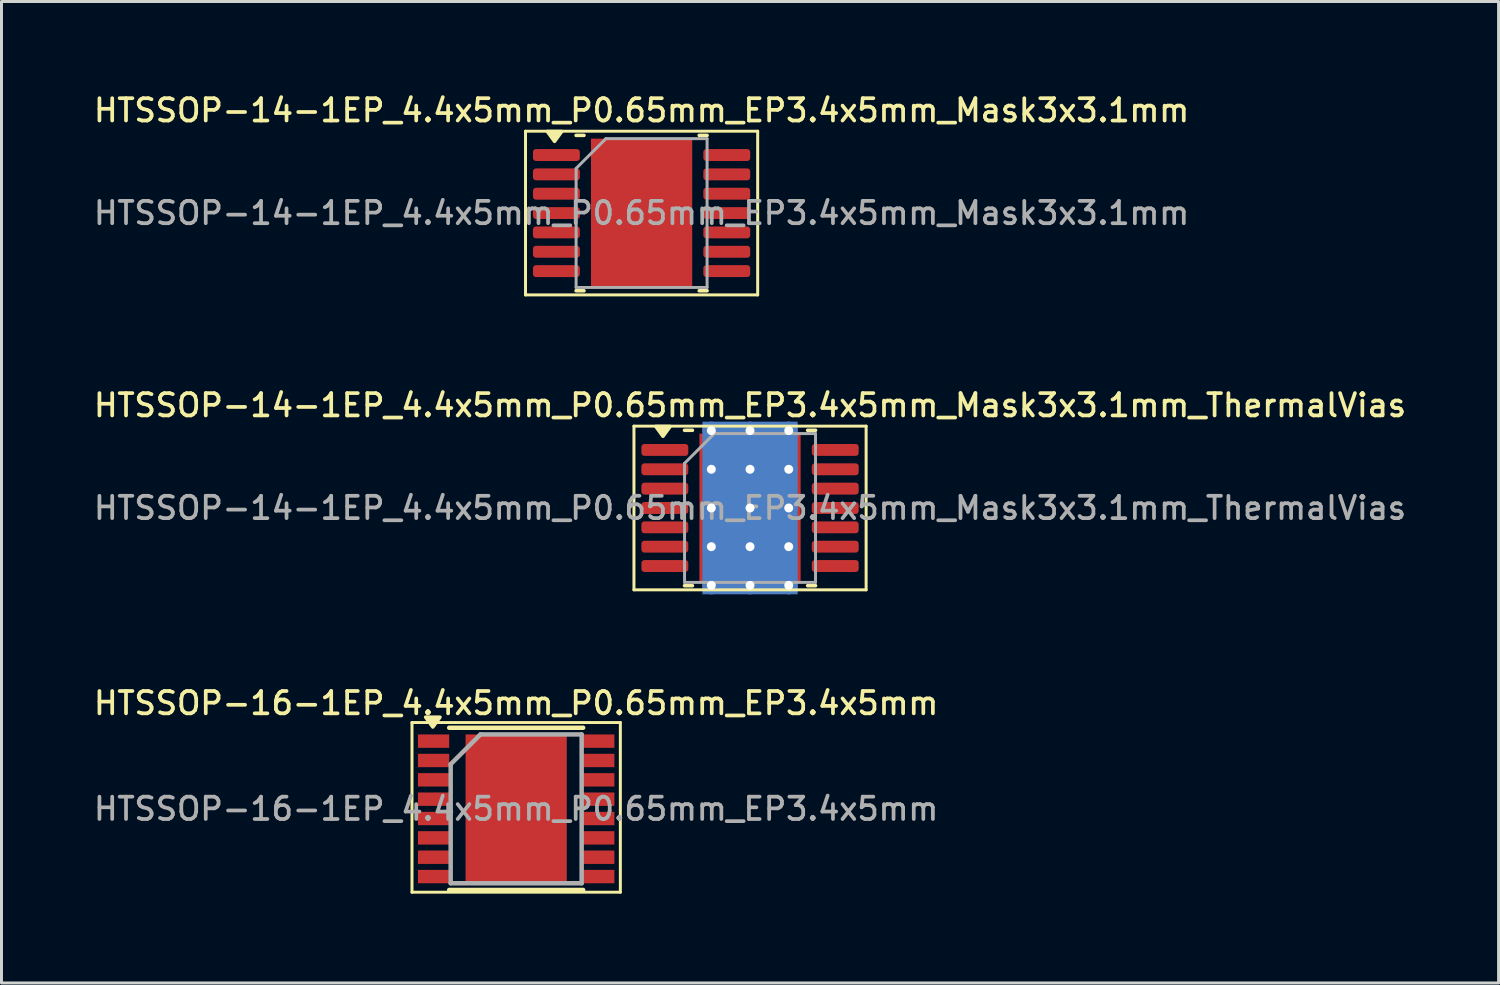
<source format=kicad_pcb>
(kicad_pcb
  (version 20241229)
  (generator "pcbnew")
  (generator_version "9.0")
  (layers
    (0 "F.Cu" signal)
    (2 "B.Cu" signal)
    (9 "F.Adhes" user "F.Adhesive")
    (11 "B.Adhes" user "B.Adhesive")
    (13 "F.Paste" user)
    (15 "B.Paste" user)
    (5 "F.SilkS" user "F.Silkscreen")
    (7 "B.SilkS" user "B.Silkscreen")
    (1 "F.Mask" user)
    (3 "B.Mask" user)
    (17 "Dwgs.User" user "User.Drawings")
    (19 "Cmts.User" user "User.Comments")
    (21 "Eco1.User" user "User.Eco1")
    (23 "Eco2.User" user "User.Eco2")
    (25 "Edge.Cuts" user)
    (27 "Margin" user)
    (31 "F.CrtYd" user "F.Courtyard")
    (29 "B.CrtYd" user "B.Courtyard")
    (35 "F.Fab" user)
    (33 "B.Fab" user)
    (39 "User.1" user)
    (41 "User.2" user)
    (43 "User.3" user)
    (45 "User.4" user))
  (footprint "HTSSOP-14-1EP_4.4x5mm_P0.65mm_EP3.4x5mm_Mask3x3.1mm_ThermalVias"
    (layer "F.Cu")
    (at 22.148 14.016)
    (property "Reference" "HTSSOP-14-1EP_4.4x5mm_P0.65mm_EP3.4x5mm_Mask3x3.1mm_ThermalVias" (at 0 -3.45 0) (layer "F.SilkS") (effects (font (size 0.75 0.75) (thickness 0.125))))
    (attr smd)
    (fp_line (start -3.9 -2.75) (end -3.9 2.75) (stroke (width 0.1) (type solid)) (layer "F.SilkS"))
    (fp_line (start -3.9 2.75) (end 3.9 2.75) (stroke (width 0.1) (type solid)) (layer "F.SilkS"))
    (fp_line (start -1.936 -2.61) (end -2.2 -2.61) (stroke (width 0.12) (type solid)) (layer "F.SilkS"))
    (fp_line (start -1.936 2.61) (end -2.2 2.61) (stroke (width 0.12) (type solid)) (layer "F.SilkS"))
    (fp_line (start 1.936 -2.61) (end 2.2 -2.61) (stroke (width 0.12) (type solid)) (layer "F.SilkS"))
    (fp_line (start 1.936 2.61) (end 2.2 2.61) (stroke (width 0.12) (type solid)) (layer "F.SilkS"))
    (fp_line (start 3.9 -2.75) (end -3.9 -2.75) (stroke (width 0.1) (type solid)) (layer "F.SilkS"))
    (fp_line (start 3.9 2.75) (end 3.9 -2.75) (stroke (width 0.1) (type solid)) (layer "F.SilkS"))
    (fp_poly (pts (xy -2.925 -2.41) (xy -3.165 -2.74) (xy -2.685 -2.74) (xy -2.925 -2.41)) (stroke (width 0.12) (type solid)) (fill yes) (layer "F.SilkS"))
    (fp_line (start -2.2 -1.5) (end -1.2 -2.5) (stroke (width 0.1) (type solid)) (layer "F.Fab"))
    (fp_line (start -2.2 2.5) (end -2.2 -1.5) (stroke (width 0.1) (type solid)) (layer "F.Fab"))
    (fp_line (start -1.2 -2.5) (end 2.2 -2.5) (stroke (width 0.1) (type solid)) (layer "F.Fab"))
    (fp_line (start 2.2 -2.5) (end 2.2 2.5) (stroke (width 0.1) (type solid)) (layer "F.Fab"))
    (fp_line (start 2.2 2.5) (end -2.2 2.5) (stroke (width 0.1) (type solid)) (layer "F.Fab"))
    (fp_text user "${REFERENCE}" (at 0 0 0) (layer "F.Fab") (effects (font (size 0.75 0.75) (thickness 0.125))))
    (pad "" smd roundrect (at -0.75 -0.775) (size 1.21 1.25) (layers "F.Paste") (roundrect_rratio 0.207))
    (pad "" smd roundrect (at -0.75 0.775) (size 1.21 1.25) (layers "F.Paste") (roundrect_rratio 0.207))
    (pad "" smd rect (at 0 0) (size 3 3.1) (layers "F.Mask"))
    (pad "" smd roundrect (at 0.75 -0.775) (size 1.21 1.25) (layers "F.Paste") (roundrect_rratio 0.207))
    (pad "" smd roundrect (at 0.75 0.775) (size 1.21 1.25) (layers "F.Paste") (roundrect_rratio 0.207))
    (pad "1" smd roundrect (at -2.862 -1.95) (size 1.575 0.4) (layers "F.Cu" "F.Mask" "F.Paste") (roundrect_rratio 0.25))
    (pad "2" smd roundrect (at -2.862 -1.3) (size 1.575 0.4) (layers "F.Cu" "F.Mask" "F.Paste") (roundrect_rratio 0.25))
    (pad "3" smd roundrect (at -2.862 -0.65) (size 1.575 0.4) (layers "F.Cu" "F.Mask" "F.Paste") (roundrect_rratio 0.25))
    (pad "4" smd roundrect (at -2.862 0) (size 1.575 0.4) (layers "F.Cu" "F.Mask" "F.Paste") (roundrect_rratio 0.25))
    (pad "5" smd roundrect (at -2.862 0.65) (size 1.575 0.4) (layers "F.Cu" "F.Mask" "F.Paste") (roundrect_rratio 0.25))
    (pad "6" smd roundrect (at -2.862 1.3) (size 1.575 0.4) (layers "F.Cu" "F.Mask" "F.Paste") (roundrect_rratio 0.25))
    (pad "7" smd roundrect (at -2.862 1.95) (size 1.575 0.4) (layers "F.Cu" "F.Mask" "F.Paste") (roundrect_rratio 0.25))
    (pad "8" smd roundrect (at 2.862 1.95) (size 1.575 0.4) (layers "F.Cu" "F.Mask" "F.Paste") (roundrect_rratio 0.25))
    (pad "9" smd roundrect (at 2.862 1.3) (size 1.575 0.4) (layers "F.Cu" "F.Mask" "F.Paste") (roundrect_rratio 0.25))
    (pad "10" smd roundrect (at 2.862 0.65) (size 1.575 0.4) (layers "F.Cu" "F.Mask" "F.Paste") (roundrect_rratio 0.25))
    (pad "11" smd roundrect (at 2.862 0) (size 1.575 0.4) (layers "F.Cu" "F.Mask" "F.Paste") (roundrect_rratio 0.25))
    (pad "12" smd roundrect (at 2.862 -0.65) (size 1.575 0.4) (layers "F.Cu" "F.Mask" "F.Paste") (roundrect_rratio 0.25))
    (pad "13" smd roundrect (at 2.862 -1.3) (size 1.575 0.4) (layers "F.Cu" "F.Mask" "F.Paste") (roundrect_rratio 0.25))
    (pad "14" smd roundrect (at 2.862 -1.95) (size 1.575 0.4) (layers "F.Cu" "F.Mask" "F.Paste") (roundrect_rratio 0.25))
    (pad "15" thru_hole circle (at -1.3 -2.6) (size 0.6 0.6) (drill 0.3) (property pad_prop_heatsink) (layers "*.Cu"))
    (pad "15" thru_hole circle (at -1.3 -1.3) (size 0.6 0.6) (drill 0.3) (property pad_prop_heatsink) (layers "*.Cu"))
    (pad "15" thru_hole circle (at -1.3 0) (size 0.6 0.6) (drill 0.3) (property pad_prop_heatsink) (layers "*.Cu"))
    (pad "15" thru_hole circle (at -1.3 1.3) (size 0.6 0.6) (drill 0.3) (property pad_prop_heatsink) (layers "*.Cu"))
    (pad "15" thru_hole circle (at -1.3 2.6) (size 0.6 0.6) (drill 0.3) (property pad_prop_heatsink) (layers "*.Cu"))
    (pad "15" thru_hole circle (at 0 -2.6) (size 0.6 0.6) (drill 0.3) (property pad_prop_heatsink) (layers "*.Cu"))
    (pad "15" thru_hole circle (at 0 -1.3) (size 0.6 0.6) (drill 0.3) (property pad_prop_heatsink) (layers "*.Cu"))
    (pad "15" thru_hole circle (at 0 0) (size 0.6 0.6) (drill 0.3) (property pad_prop_heatsink) (layers "*.Cu"))
    (pad "15" smd rect (at 0 0) (size 3.2 5.8) (property pad_prop_heatsink) (layers "B.Cu"))
    (pad "15" smd rect (at 0 0) (size 3.4 5) (property pad_prop_heatsink) (layers "F.Cu"))
    (pad "15" thru_hole circle (at 0 1.3) (size 0.6 0.6) (drill 0.3) (property pad_prop_heatsink) (layers "*.Cu"))
    (pad "15" thru_hole circle (at 0 2.6) (size 0.6 0.6) (drill 0.3) (property pad_prop_heatsink) (layers "*.Cu"))
    (pad "15" thru_hole circle (at 1.3 -2.6) (size 0.6 0.6) (drill 0.3) (property pad_prop_heatsink) (layers "*.Cu"))
    (pad "15" thru_hole circle (at 1.3 -1.3) (size 0.6 0.6) (drill 0.3) (property pad_prop_heatsink) (layers "*.Cu"))
    (pad "15" thru_hole circle (at 1.3 0) (size 0.6 0.6) (drill 0.3) (property pad_prop_heatsink) (layers "*.Cu"))
    (pad "15" thru_hole circle (at 1.3 1.3) (size 0.6 0.6) (drill 0.3) (property pad_prop_heatsink) (layers "*.Cu"))
    (pad "15" thru_hole circle (at 1.3 2.6) (size 0.6 0.6) (drill 0.3) (property pad_prop_heatsink) (layers "*.Cu")))
  (footprint "HTSSOP-16-1EP_4.4x5mm_P0.65mm_EP3.4x5mm"
    (layer "F.Cu")
    (at 14.291 24.124)
    (property "Reference" "HTSSOP-16-1EP_4.4x5mm_P0.65mm_EP3.4x5mm" (at 0 -3.55 0) (layer "F.SilkS") (effects (font (size 0.75 0.75) (thickness 0.125))))
    (attr smd)
    (fp_line (start -3.5 -2.9) (end -3.5 2.8) (stroke (width 0.1) (type solid)) (layer "F.SilkS"))
    (fp_line (start -3.5 -2.9) (end 3.5 -2.9) (stroke (width 0.1) (type solid)) (layer "F.SilkS"))
    (fp_line (start -3.5 2.8) (end 3.5 2.8) (stroke (width 0.1) (type solid)) (layer "F.SilkS"))
    (fp_line (start -2.25 -2.725) (end 2.25 -2.725) (stroke (width 0.15) (type solid)) (layer "F.SilkS"))
    (fp_line (start -2.25 2.725) (end 2.25 2.725) (stroke (width 0.15) (type solid)) (layer "F.SilkS"))
    (fp_line (start 3.5 -2.9) (end 3.5 2.8) (stroke (width 0.1) (type solid)) (layer "F.SilkS"))
    (fp_poly (pts (xy -2.8 -2.75) (xy -3.04 -3.08) (xy -2.56 -3.08) (xy -2.8 -2.75)) (stroke (width 0.12) (type solid)) (fill yes) (layer "F.SilkS"))
    (fp_line (start -2.2 -1.5) (end -1.2 -2.5) (stroke (width 0.15) (type solid)) (layer "F.Fab"))
    (fp_line (start -2.2 2.5) (end -2.2 -1.5) (stroke (width 0.15) (type solid)) (layer "F.Fab"))
    (fp_line (start -1.2 -2.5) (end 2.2 -2.5) (stroke (width 0.15) (type solid)) (layer "F.Fab"))
    (fp_line (start 2.2 -2.5) (end 2.2 2.5) (stroke (width 0.15) (type solid)) (layer "F.Fab"))
    (fp_line (start 2.2 2.5) (end -2.2 2.5) (stroke (width 0.15) (type solid)) (layer "F.Fab"))
    (fp_text user "${REFERENCE}" (at 0 0 0) (layer "F.Fab") (effects (font (size 0.75 0.75) (thickness 0.125))))
    (pad "" smd rect (at -1.133 -1.875) (size 0.88 1.05) (layers "F.Paste"))
    (pad "" smd rect (at -1.133 -0.625) (size 0.88 1.05) (layers "F.Paste"))
    (pad "" smd rect (at -1.133 0.625) (size 0.88 1.05) (layers "F.Paste"))
    (pad "" smd rect (at -1.133 1.875) (size 0.88 1.05) (layers "F.Paste"))
    (pad "" smd rect (at 0 -1.875) (size 0.88 1.05) (layers "F.Paste"))
    (pad "" smd rect (at 0 -0.625) (size 0.88 1.05) (layers "F.Paste"))
    (pad "" smd rect (at 0 0.625) (size 0.88 1.05) (layers "F.Paste"))
    (pad "" smd rect (at 0 1.875) (size 0.88 1.05) (layers "F.Paste"))
    (pad "" smd rect (at 1.133 -1.875) (size 0.88 1.05) (layers "F.Paste"))
    (pad "" smd rect (at 1.133 -0.625) (size 0.88 1.05) (layers "F.Paste"))
    (pad "" smd rect (at 1.133 0.625) (size 0.88 1.05) (layers "F.Paste"))
    (pad "" smd rect (at 1.133 1.875) (size 0.88 1.05) (layers "F.Paste"))
    (pad "1" smd rect (at -2.775 -2.275) (size 1.05 0.45) (layers "F.Cu" "F.Mask" "F.Paste"))
    (pad "2" smd rect (at -2.775 -1.625) (size 1.05 0.45) (layers "F.Cu" "F.Mask" "F.Paste"))
    (pad "3" smd rect (at -2.775 -0.975) (size 1.05 0.45) (layers "F.Cu" "F.Mask" "F.Paste"))
    (pad "4" smd rect (at -2.775 -0.325) (size 1.05 0.45) (layers "F.Cu" "F.Mask" "F.Paste"))
    (pad "5" smd rect (at -2.775 0.325) (size 1.05 0.45) (layers "F.Cu" "F.Mask" "F.Paste"))
    (pad "6" smd rect (at -2.775 0.975) (size 1.05 0.45) (layers "F.Cu" "F.Mask" "F.Paste"))
    (pad "7" smd rect (at -2.775 1.625) (size 1.05 0.45) (layers "F.Cu" "F.Mask" "F.Paste"))
    (pad "8" smd rect (at -2.775 2.275) (size 1.05 0.45) (layers "F.Cu" "F.Mask" "F.Paste"))
    (pad "9" smd rect (at 2.775 2.275) (size 1.05 0.45) (layers "F.Cu" "F.Mask" "F.Paste"))
    (pad "10" smd rect (at 2.775 1.625) (size 1.05 0.45) (layers "F.Cu" "F.Mask" "F.Paste"))
    (pad "11" smd rect (at 2.775 0.975) (size 1.05 0.45) (layers "F.Cu" "F.Mask" "F.Paste"))
    (pad "12" smd rect (at 2.775 0.325) (size 1.05 0.45) (layers "F.Cu" "F.Mask" "F.Paste"))
    (pad "13" smd rect (at 2.775 -0.325) (size 1.05 0.45) (layers "F.Cu" "F.Mask" "F.Paste"))
    (pad "14" smd rect (at 2.775 -0.975) (size 1.05 0.45) (layers "F.Cu" "F.Mask" "F.Paste"))
    (pad "15" smd rect (at 2.775 -1.625) (size 1.05 0.45) (layers "F.Cu" "F.Mask" "F.Paste"))
    (pad "16" smd rect (at 2.775 -2.275) (size 1.05 0.45) (layers "F.Cu" "F.Mask" "F.Paste"))
    (pad "17" smd rect (at 0 0) (size 3.4 5) (layers "F.Cu" "F.Mask")))
  (footprint "HTSSOP-14-1EP_4.4x5mm_P0.65mm_EP3.4x5mm_Mask3x3.1mm"
    (layer "F.Cu")
    (at 18.505 4.108)
    (property "Reference" "HTSSOP-14-1EP_4.4x5mm_P0.65mm_EP3.4x5mm_Mask3x3.1mm" (at 0 -3.45 0) (layer "F.SilkS") (effects (font (size 0.75 0.75) (thickness 0.125))))
    (attr smd)
    (fp_line (start -3.9 -2.75) (end -3.9 2.75) (stroke (width 0.1) (type solid)) (layer "F.SilkS"))
    (fp_line (start -3.9 2.75) (end 3.9 2.75) (stroke (width 0.1) (type solid)) (layer "F.SilkS"))
    (fp_line (start -1.936 -2.61) (end -2.2 -2.61) (stroke (width 0.12) (type solid)) (layer "F.SilkS"))
    (fp_line (start -1.936 2.61) (end -2.2 2.61) (stroke (width 0.12) (type solid)) (layer "F.SilkS"))
    (fp_line (start 1.936 -2.61) (end 2.2 -2.61) (stroke (width 0.12) (type solid)) (layer "F.SilkS"))
    (fp_line (start 1.936 2.61) (end 2.2 2.61) (stroke (width 0.12) (type solid)) (layer "F.SilkS"))
    (fp_line (start 3.9 -2.75) (end -3.9 -2.75) (stroke (width 0.1) (type solid)) (layer "F.SilkS"))
    (fp_line (start 3.9 2.75) (end 3.9 -2.75) (stroke (width 0.1) (type solid)) (layer "F.SilkS"))
    (fp_poly (pts (xy -2.925 -2.41) (xy -3.165 -2.74) (xy -2.685 -2.74) (xy -2.925 -2.41)) (stroke (width 0.12) (type solid)) (fill yes) (layer "F.SilkS"))
    (fp_line (start -2.2 -1.5) (end -1.2 -2.5) (stroke (width 0.1) (type solid)) (layer "F.Fab"))
    (fp_line (start -2.2 2.5) (end -2.2 -1.5) (stroke (width 0.1) (type solid)) (layer "F.Fab"))
    (fp_line (start -1.2 -2.5) (end 2.2 -2.5) (stroke (width 0.1) (type solid)) (layer "F.Fab"))
    (fp_line (start 2.2 -2.5) (end 2.2 2.5) (stroke (width 0.1) (type solid)) (layer "F.Fab"))
    (fp_line (start 2.2 2.5) (end -2.2 2.5) (stroke (width 0.1) (type solid)) (layer "F.Fab"))
    (fp_text user "${REFERENCE}" (at 0 0 0) (layer "F.Fab") (effects (font (size 0.75 0.75) (thickness 0.125))))
    (pad "" smd roundrect (at -0.75 -0.775) (size 1.21 1.25) (layers "F.Paste") (roundrect_rratio 0.207))
    (pad "" smd roundrect (at -0.75 0.775) (size 1.21 1.25) (layers "F.Paste") (roundrect_rratio 0.207))
    (pad "" smd rect (at 0 0) (size 3 3.1) (layers "F.Mask"))
    (pad "" smd roundrect (at 0.75 -0.775) (size 1.21 1.25) (layers "F.Paste") (roundrect_rratio 0.207))
    (pad "" smd roundrect (at 0.75 0.775) (size 1.21 1.25) (layers "F.Paste") (roundrect_rratio 0.207))
    (pad "1" smd roundrect (at -2.862 -1.95) (size 1.575 0.4) (layers "F.Cu" "F.Mask" "F.Paste") (roundrect_rratio 0.25))
    (pad "2" smd roundrect (at -2.862 -1.3) (size 1.575 0.4) (layers "F.Cu" "F.Mask" "F.Paste") (roundrect_rratio 0.25))
    (pad "3" smd roundrect (at -2.862 -0.65) (size 1.575 0.4) (layers "F.Cu" "F.Mask" "F.Paste") (roundrect_rratio 0.25))
    (pad "4" smd roundrect (at -2.862 0) (size 1.575 0.4) (layers "F.Cu" "F.Mask" "F.Paste") (roundrect_rratio 0.25))
    (pad "5" smd roundrect (at -2.862 0.65) (size 1.575 0.4) (layers "F.Cu" "F.Mask" "F.Paste") (roundrect_rratio 0.25))
    (pad "6" smd roundrect (at -2.862 1.3) (size 1.575 0.4) (layers "F.Cu" "F.Mask" "F.Paste") (roundrect_rratio 0.25))
    (pad "7" smd roundrect (at -2.862 1.95) (size 1.575 0.4) (layers "F.Cu" "F.Mask" "F.Paste") (roundrect_rratio 0.25))
    (pad "8" smd roundrect (at 2.862 1.95) (size 1.575 0.4) (layers "F.Cu" "F.Mask" "F.Paste") (roundrect_rratio 0.25))
    (pad "9" smd roundrect (at 2.862 1.3) (size 1.575 0.4) (layers "F.Cu" "F.Mask" "F.Paste") (roundrect_rratio 0.25))
    (pad "10" smd roundrect (at 2.862 0.65) (size 1.575 0.4) (layers "F.Cu" "F.Mask" "F.Paste") (roundrect_rratio 0.25))
    (pad "11" smd roundrect (at 2.862 0) (size 1.575 0.4) (layers "F.Cu" "F.Mask" "F.Paste") (roundrect_rratio 0.25))
    (pad "12" smd roundrect (at 2.862 -0.65) (size 1.575 0.4) (layers "F.Cu" "F.Mask" "F.Paste") (roundrect_rratio 0.25))
    (pad "13" smd roundrect (at 2.862 -1.3) (size 1.575 0.4) (layers "F.Cu" "F.Mask" "F.Paste") (roundrect_rratio 0.25))
    (pad "14" smd roundrect (at 2.862 -1.95) (size 1.575 0.4) (layers "F.Cu" "F.Mask" "F.Paste") (roundrect_rratio 0.25))
    (pad "15" smd rect (at 0 0) (size 3.4 5) (property pad_prop_heatsink) (layers "F.Cu")))
  (gr_rect
    (start -3 -3)
    (end 47.296 29.974)
    (stroke (width 0.1) (type default))
    (fill no)
    (layer "Edge.Cuts")))
</source>
